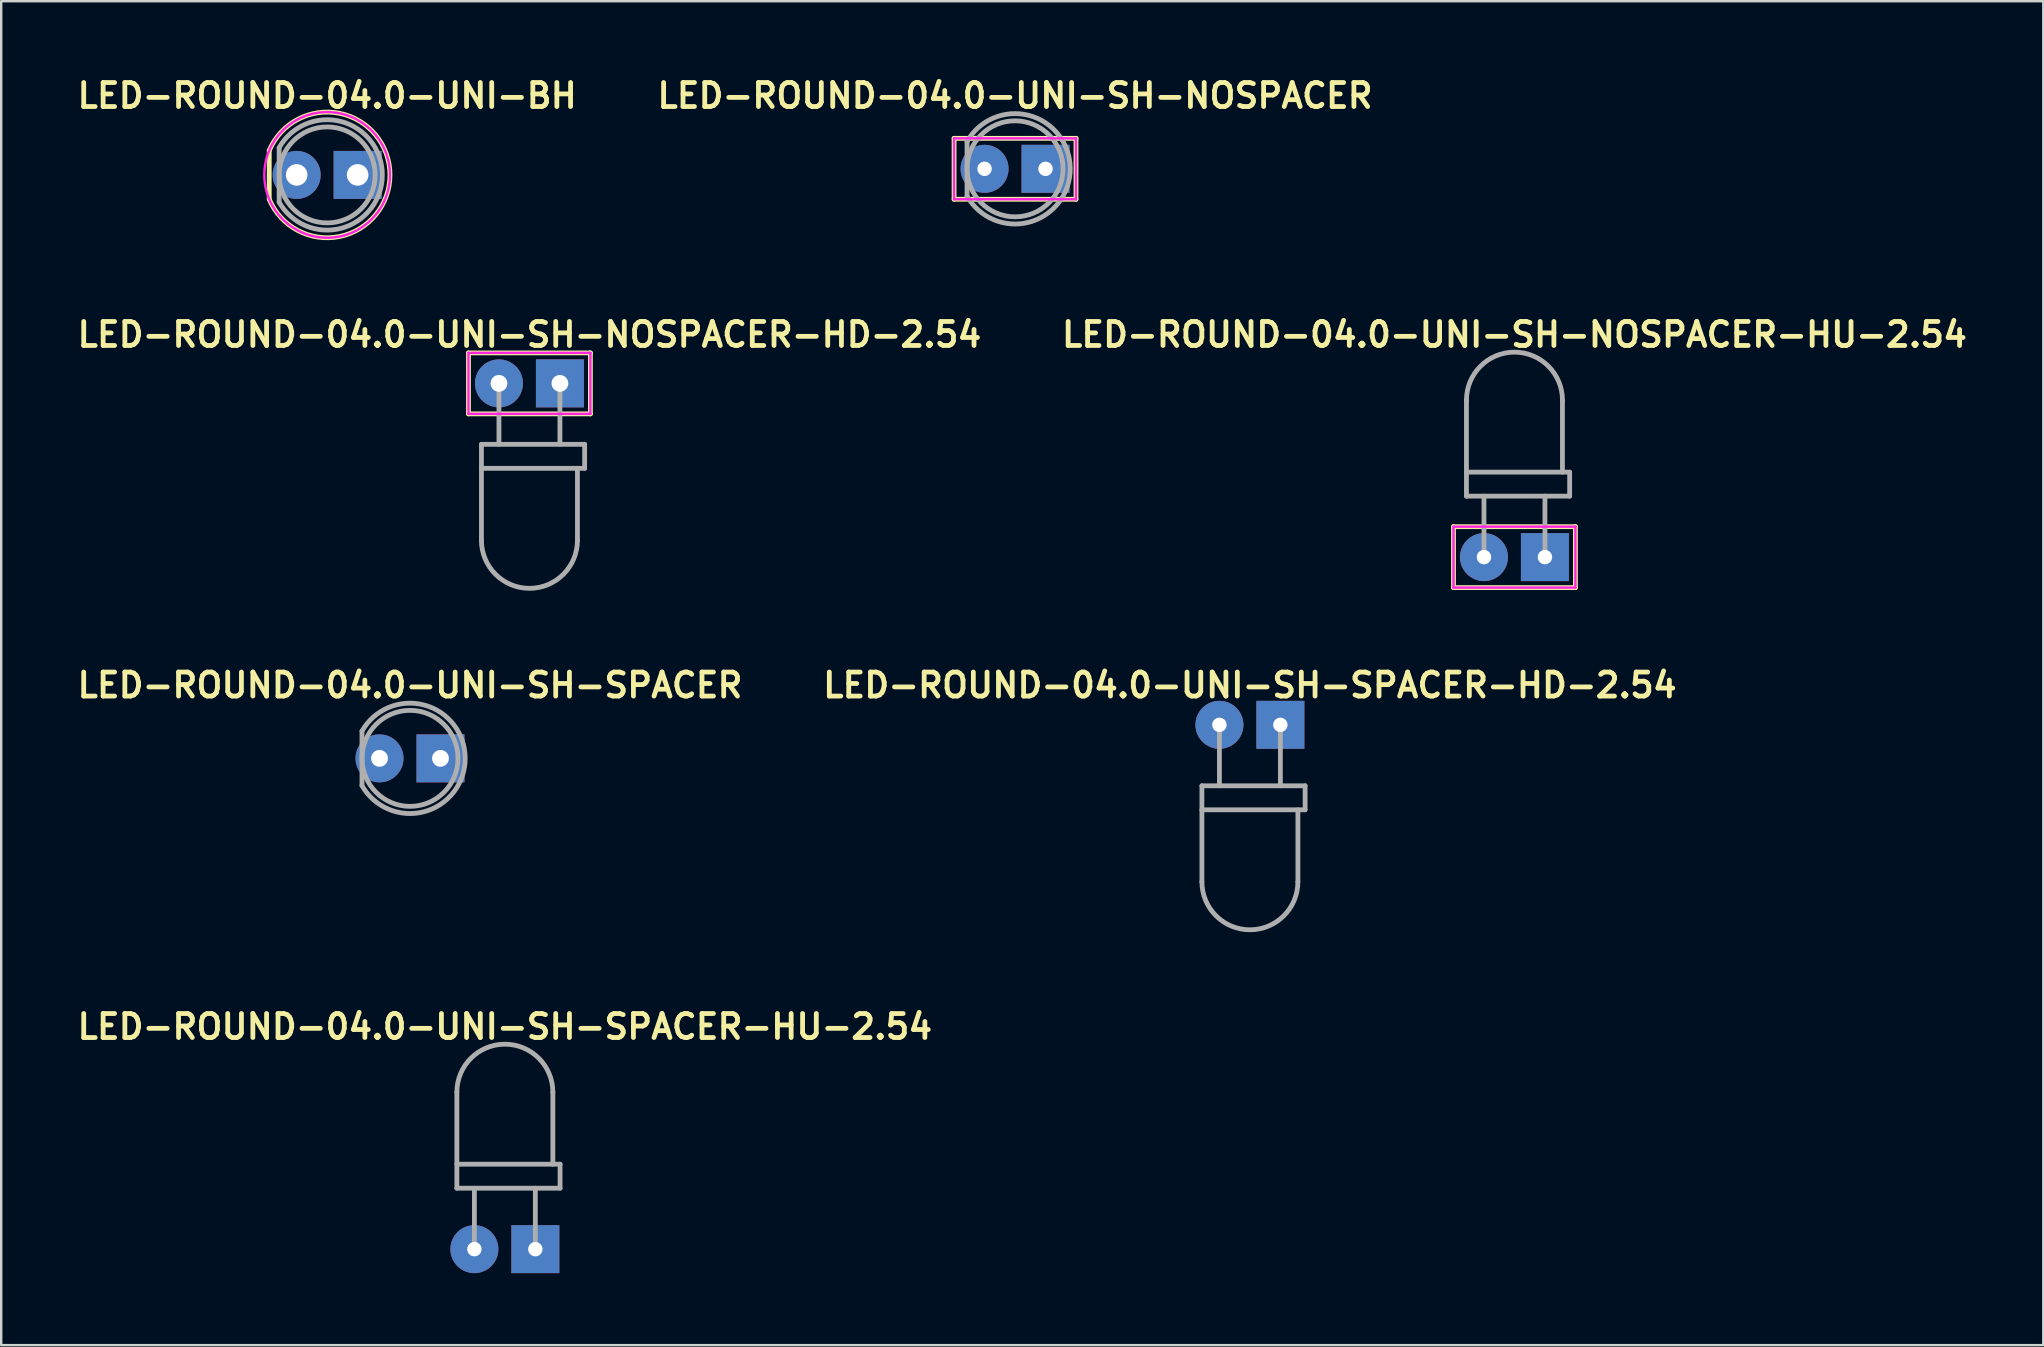
<source format=kicad_pcb>
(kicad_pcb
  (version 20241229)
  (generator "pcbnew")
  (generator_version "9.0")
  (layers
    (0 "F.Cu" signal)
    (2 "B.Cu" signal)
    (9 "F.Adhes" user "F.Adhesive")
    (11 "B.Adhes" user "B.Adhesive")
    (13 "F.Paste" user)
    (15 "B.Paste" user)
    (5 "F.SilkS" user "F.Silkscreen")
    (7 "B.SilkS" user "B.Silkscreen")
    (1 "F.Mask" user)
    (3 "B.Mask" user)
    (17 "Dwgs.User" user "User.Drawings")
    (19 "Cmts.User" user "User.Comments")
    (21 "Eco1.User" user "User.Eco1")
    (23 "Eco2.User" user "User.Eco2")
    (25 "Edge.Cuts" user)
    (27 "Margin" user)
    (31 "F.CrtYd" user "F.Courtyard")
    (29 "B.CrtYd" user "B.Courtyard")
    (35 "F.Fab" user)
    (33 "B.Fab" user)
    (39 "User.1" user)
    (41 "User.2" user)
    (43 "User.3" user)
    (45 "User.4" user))
  (footprint "LED-ROUND-04.0-UNI-SH-NOSPACER-HU-2.54"
    (layer "F.Cu")
    (at 60.052 20.163)
    (property "Reference" "LED-ROUND-04.0-UNI-SH-NOSPACER-HU-2.54" (at 0 -9.271 0) (layer "F.SilkS") (effects (font (size 1 1) (thickness 0.2))))
    (attr through_hole)
    (fp_line (start -2.54 -1.27) (end -2.54 1.27) (stroke (width 0.2) (type solid)) (layer "F.SilkS"))
    (fp_line (start -2.54 -1.27) (end 2.54 -1.27) (stroke (width 0.2) (type solid)) (layer "F.SilkS"))
    (fp_line (start -2.54 1.27) (end 2.54 1.27) (stroke (width 0.2) (type solid)) (layer "F.SilkS"))
    (fp_line (start 2.54 -1.27) (end 2.54 1.27) (stroke (width 0.2) (type solid)) (layer "F.SilkS"))
    (fp_line (start -2.54 -1.27) (end -2.54 1.27) (stroke (width 0.1) (type solid)) (layer "F.CrtYd"))
    (fp_line (start -2.54 -1.27) (end 2.54 -1.27) (stroke (width 0.1) (type solid)) (layer "F.CrtYd"))
    (fp_line (start -2.54 1.27) (end 2.54 1.27) (stroke (width 0.1) (type solid)) (layer "F.CrtYd"))
    (fp_line (start 2.54 -1.27) (end 2.54 1.27) (stroke (width 0.1) (type solid)) (layer "F.CrtYd"))
    (fp_line (start -2 -6.54) (end -2 -2.54) (stroke (width 0.2) (type solid)) (layer "F.Fab"))
    (fp_line (start -2 -3.54) (end 2.3 -3.54) (stroke (width 0.2) (type solid)) (layer "F.Fab"))
    (fp_line (start -2 -2.54) (end 2.3 -2.54) (stroke (width 0.2) (type solid)) (layer "F.Fab"))
    (fp_line (start -1.27 -2.54) (end -1.27 0) (stroke (width 0.2) (type solid)) (layer "F.Fab"))
    (fp_line (start 1.27 -2.54) (end 1.27 0) (stroke (width 0.2) (type solid)) (layer "F.Fab"))
    (fp_line (start 2 -6.54) (end 2 -3.54) (stroke (width 0.2) (type solid)) (layer "F.Fab"))
    (fp_line (start 2.3 -3.54) (end 2.3 -2.54) (stroke (width 0.2) (type solid)) (layer "F.Fab"))
    (fp_arc (start -2 -6.54) (mid 0 -8.54) (end 2 -6.54) (stroke (width 0.2) (type solid)) (layer "F.Fab"))
    (pad "A" thru_hole rect (at 1.27 0) (size 2 2) (drill 0.6) (layers "*.Cu" "*.Mask"))
    (pad "C" thru_hole circle (at -1.27 0) (size 2 2) (drill 0.6) (layers "*.Cu" "*.Mask")))
  (footprint "LED-ROUND-04.0-UNI-SH-SPACER-HD-2.54"
    (layer "F.Cu")
    (at 49.029 27.151)
    (property "Reference" "LED-ROUND-04.0-UNI-SH-SPACER-HD-2.54" (at 0 -1.651 0) (layer "F.SilkS") (effects (font (size 1 1) (thickness 0.2))))
    (attr through_hole)
    (fp_line (start -2 2.54) (end 2.3 2.54) (stroke (width 0.2) (type solid)) (layer "F.Fab"))
    (fp_line (start -2 3.54) (end 2.3 3.54) (stroke (width 0.2) (type solid)) (layer "F.Fab"))
    (fp_line (start -2 6.54) (end -2 2.54) (stroke (width 0.2) (type solid)) (layer "F.Fab"))
    (fp_line (start -1.27 2.54) (end -1.27 0) (stroke (width 0.2) (type solid)) (layer "F.Fab"))
    (fp_line (start 1.27 2.54) (end 1.27 0) (stroke (width 0.2) (type solid)) (layer "F.Fab"))
    (fp_line (start 2 6.54) (end 2 3.54) (stroke (width 0.2) (type solid)) (layer "F.Fab"))
    (fp_line (start 2.3 3.54) (end 2.3 2.54) (stroke (width 0.2) (type solid)) (layer "F.Fab"))
    (fp_arc (start 2 6.54) (mid 0 8.54) (end -2 6.54) (stroke (width 0.2) (type solid)) (layer "F.Fab"))
    (pad "A" thru_hole rect (at 1.27 0) (size 2 2) (drill 0.6) (layers "B.Cu" "B.Mask"))
    (pad "C" thru_hole circle (at -1.27 0) (size 2 2) (drill 0.6) (layers "B.Cu" "B.Mask")))
  (footprint "LED-ROUND-04.0-UNI-SH-NOSPACER-HD-2.54"
    (layer "F.Cu")
    (at 19.01 12.924)
    (property "Reference" "LED-ROUND-04.0-UNI-SH-NOSPACER-HD-2.54" (at 0 -2.032 0) (layer "F.SilkS") (effects (font (size 1 1) (thickness 0.2))))
    (attr through_hole)
    (fp_line (start -2.54 -1.27) (end -2.54 1.27) (stroke (width 0.2) (type solid)) (layer "F.SilkS"))
    (fp_line (start -2.54 -1.27) (end 2.54 -1.27) (stroke (width 0.2) (type solid)) (layer "F.SilkS"))
    (fp_line (start -2.54 1.27) (end 2.54 1.27) (stroke (width 0.2) (type solid)) (layer "F.SilkS"))
    (fp_line (start 2.54 -1.27) (end 2.54 1.27) (stroke (width 0.2) (type solid)) (layer "F.SilkS"))
    (fp_line (start -2.54 -1.27) (end -2.54 1.27) (stroke (width 0.1) (type solid)) (layer "F.CrtYd"))
    (fp_line (start -2.54 -1.27) (end 2.54 -1.27) (stroke (width 0.1) (type solid)) (layer "F.CrtYd"))
    (fp_line (start -2.54 1.27) (end 2.54 1.27) (stroke (width 0.1) (type solid)) (layer "F.CrtYd"))
    (fp_line (start 2.54 -1.27) (end 2.54 1.27) (stroke (width 0.1) (type solid)) (layer "F.CrtYd"))
    (fp_line (start -2 2.54) (end 2.3 2.54) (stroke (width 0.2) (type solid)) (layer "F.Fab"))
    (fp_line (start -2 3.54) (end 2.3 3.54) (stroke (width 0.2) (type solid)) (layer "F.Fab"))
    (fp_line (start -2 6.54) (end -2 2.54) (stroke (width 0.2) (type solid)) (layer "F.Fab"))
    (fp_line (start -1.27 2.54) (end -1.27 0) (stroke (width 0.2) (type solid)) (layer "F.Fab"))
    (fp_line (start 1.27 2.54) (end 1.27 0) (stroke (width 0.2) (type solid)) (layer "F.Fab"))
    (fp_line (start 2 6.54) (end 2 3.54) (stroke (width 0.2) (type solid)) (layer "F.Fab"))
    (fp_line (start 2.3 3.54) (end 2.3 2.54) (stroke (width 0.2) (type solid)) (layer "F.Fab"))
    (fp_arc (start 2 6.54) (mid 0 8.54) (end -2 6.54) (stroke (width 0.2) (type solid)) (layer "F.Fab"))
    (pad "A" thru_hole rect (at 1.27 0) (size 2 2) (drill 0.7) (layers "*.Cu" "*.Mask"))
    (pad "C" thru_hole circle (at -1.27 0) (size 2 2) (drill 0.7) (layers "*.Cu" "*.Mask")))
  (footprint "LED-ROUND-04.0-UNI-SH-SPACER-HU-2.54"
    (layer "F.Cu")
    (at 17.986 48.998)
    (property "Reference" "LED-ROUND-04.0-UNI-SH-SPACER-HU-2.54" (at 0 -9.271 0) (layer "F.SilkS") (effects (font (size 1 1) (thickness 0.2))))
    (attr through_hole)
    (fp_line (start -2 -6.54) (end -2 -2.54) (stroke (width 0.2) (type solid)) (layer "F.Fab"))
    (fp_line (start -2 -3.54) (end 2.3 -3.54) (stroke (width 0.2) (type solid)) (layer "F.Fab"))
    (fp_line (start -2 -2.54) (end 2.3 -2.54) (stroke (width 0.2) (type solid)) (layer "F.Fab"))
    (fp_line (start -1.27 -2.54) (end -1.27 0) (stroke (width 0.2) (type solid)) (layer "F.Fab"))
    (fp_line (start 1.27 -2.54) (end 1.27 0) (stroke (width 0.2) (type solid)) (layer "F.Fab"))
    (fp_line (start 2 -6.54) (end 2 -3.54) (stroke (width 0.2) (type solid)) (layer "F.Fab"))
    (fp_line (start 2.3 -3.54) (end 2.3 -2.54) (stroke (width 0.2) (type solid)) (layer "F.Fab"))
    (fp_arc (start -2 -6.54) (mid 0 -8.54) (end 2 -6.54) (stroke (width 0.2) (type solid)) (layer "F.Fab"))
    (pad "A" thru_hole rect (at 1.27 0) (size 2 2) (drill 0.6) (layers "B.Cu" "B.Mask"))
    (pad "C" thru_hole circle (at -1.27 0) (size 2 2) (drill 0.6) (layers "B.Cu" "B.Mask")))
  (footprint "LED-ROUND-04.0-UNI-SH-SPACER"
    (layer "F.Cu")
    (at 14.033 28.548)
    (property "Reference" "LED-ROUND-04.0-UNI-SH-SPACER" (at 0 -3.048 0) (layer "F.SilkS") (effects (font (size 1 1) (thickness 0.2))))
    (attr through_hole)
    (fp_line (start -2 -1.136) (end -2 1.136) (stroke (width 0.2) (type solid)) (layer "F.Fab"))
    (fp_arc (start -1.999677 -1.136351) (mid 2.3 0.000327) (end -2 1.135782) (stroke (width 0.2) (type solid)) (layer "F.Fab"))
    (fp_circle (center 0 0) (end 2 0) (stroke (width 0.2) (type solid)) (fill no) (layer "F.Fab"))
    (pad "A" thru_hole rect (at 1.27 0) (size 2 2) (drill 0.7) (layers "B.Cu" "B.Mask"))
    (pad "C" thru_hole circle (at -1.27 0) (size 2 2) (drill 0.7) (layers "B.Cu" "B.Mask")))
  (footprint "LED-ROUND-04.0-UNI-SH-NOSPACER"
    (layer "F.Cu")
    (at 39.243 3.984)
    (property "Reference" "LED-ROUND-04.0-UNI-SH-NOSPACER" (at 0 -3.048 0) (layer "F.SilkS") (effects (font (size 1 1) (thickness 0.2))))
    (attr through_hole)
    (fp_line (start -2.54 -1.27) (end -2.54 1.27) (stroke (width 0.2) (type solid)) (layer "F.SilkS"))
    (fp_line (start -2.54 -1.27) (end 2.54 -1.27) (stroke (width 0.2) (type solid)) (layer "F.SilkS"))
    (fp_line (start -2.54 1.27) (end 2.54 1.27) (stroke (width 0.2) (type solid)) (layer "F.SilkS"))
    (fp_line (start 2.54 -1.27) (end 2.54 1.27) (stroke (width 0.2) (type solid)) (layer "F.SilkS"))
    (fp_line (start -2.54 -1.27) (end -2.54 1.27) (stroke (width 0.1) (type solid)) (layer "F.CrtYd"))
    (fp_line (start -2.54 -1.27) (end 2.54 -1.27) (stroke (width 0.1) (type solid)) (layer "F.CrtYd"))
    (fp_line (start -2.54 1.27) (end 2.54 1.27) (stroke (width 0.1) (type solid)) (layer "F.CrtYd"))
    (fp_line (start 2.54 -1.27) (end 2.54 1.27) (stroke (width 0.1) (type solid)) (layer "F.CrtYd"))
    (fp_line (start -2 -1.136) (end -2 1.136) (stroke (width 0.2) (type solid)) (layer "F.Fab"))
    (fp_arc (start -1.999677 -1.136351) (mid 2.3 0.000327) (end -2 1.135782) (stroke (width 0.2) (type solid)) (layer "F.Fab"))
    (fp_circle (center 0 0) (end 2 0) (stroke (width 0.2) (type solid)) (fill no) (layer "F.Fab"))
    (pad "A" thru_hole rect (at 1.27 0) (size 2 2) (drill 0.6) (layers "*.Cu" "*.Mask"))
    (pad "C" thru_hole circle (at -1.27 0) (size 2 2) (drill 0.6) (layers "*.Cu" "*.Mask")))
  (footprint "LED-ROUND-04.0-UNI-BH"
    (layer "F.Cu")
    (at 10.581 4.238)
    (property "Reference" "LED-ROUND-04.0-UNI-BH" (at 0 -3.302 0) (layer "F.SilkS") (effects (font (size 1 1) (thickness 0.2))))
    (attr through_hole)
    (fp_line (start -2.413 -1.016) (end -2.413 1.016) (stroke (width 0.2) (type solid)) (layer "F.SilkS"))
    (fp_arc (start -2.413 -1.016) (mid 2.618172 0) (end -2.413 1.016) (stroke (width 0.2) (type solid)) (layer "F.SilkS"))
    (fp_circle (center 0 0) (end -2.413 1.016) (stroke (width 0.1) (type solid)) (fill no) (layer "F.CrtYd"))
    (fp_line (start -2 -1.136) (end -2 1.136) (stroke (width 0.2) (type solid)) (layer "F.Fab"))
    (fp_arc (start -1.999677 -1.136351) (mid 2.3 0.000327) (end -2 1.135782) (stroke (width 0.2) (type solid)) (layer "F.Fab"))
    (fp_circle (center 0 0) (end 2 0) (stroke (width 0.2) (type solid)) (fill no) (layer "F.Fab"))
    (pad "A" thru_hole rect (at 1.27 0) (size 2 2) (drill 0.9) (layers "B.Cu" "B.Mask"))
    (pad "C" thru_hole circle (at -1.27 0) (size 2 2) (drill 0.9) (layers "B.Cu" "B.Mask")))
  (gr_rect
    (start -3 -3)
    (end 82.086 52.998)
    (stroke (width 0.1) (type default))
    (fill no)
    (layer "Edge.Cuts")))
</source>
